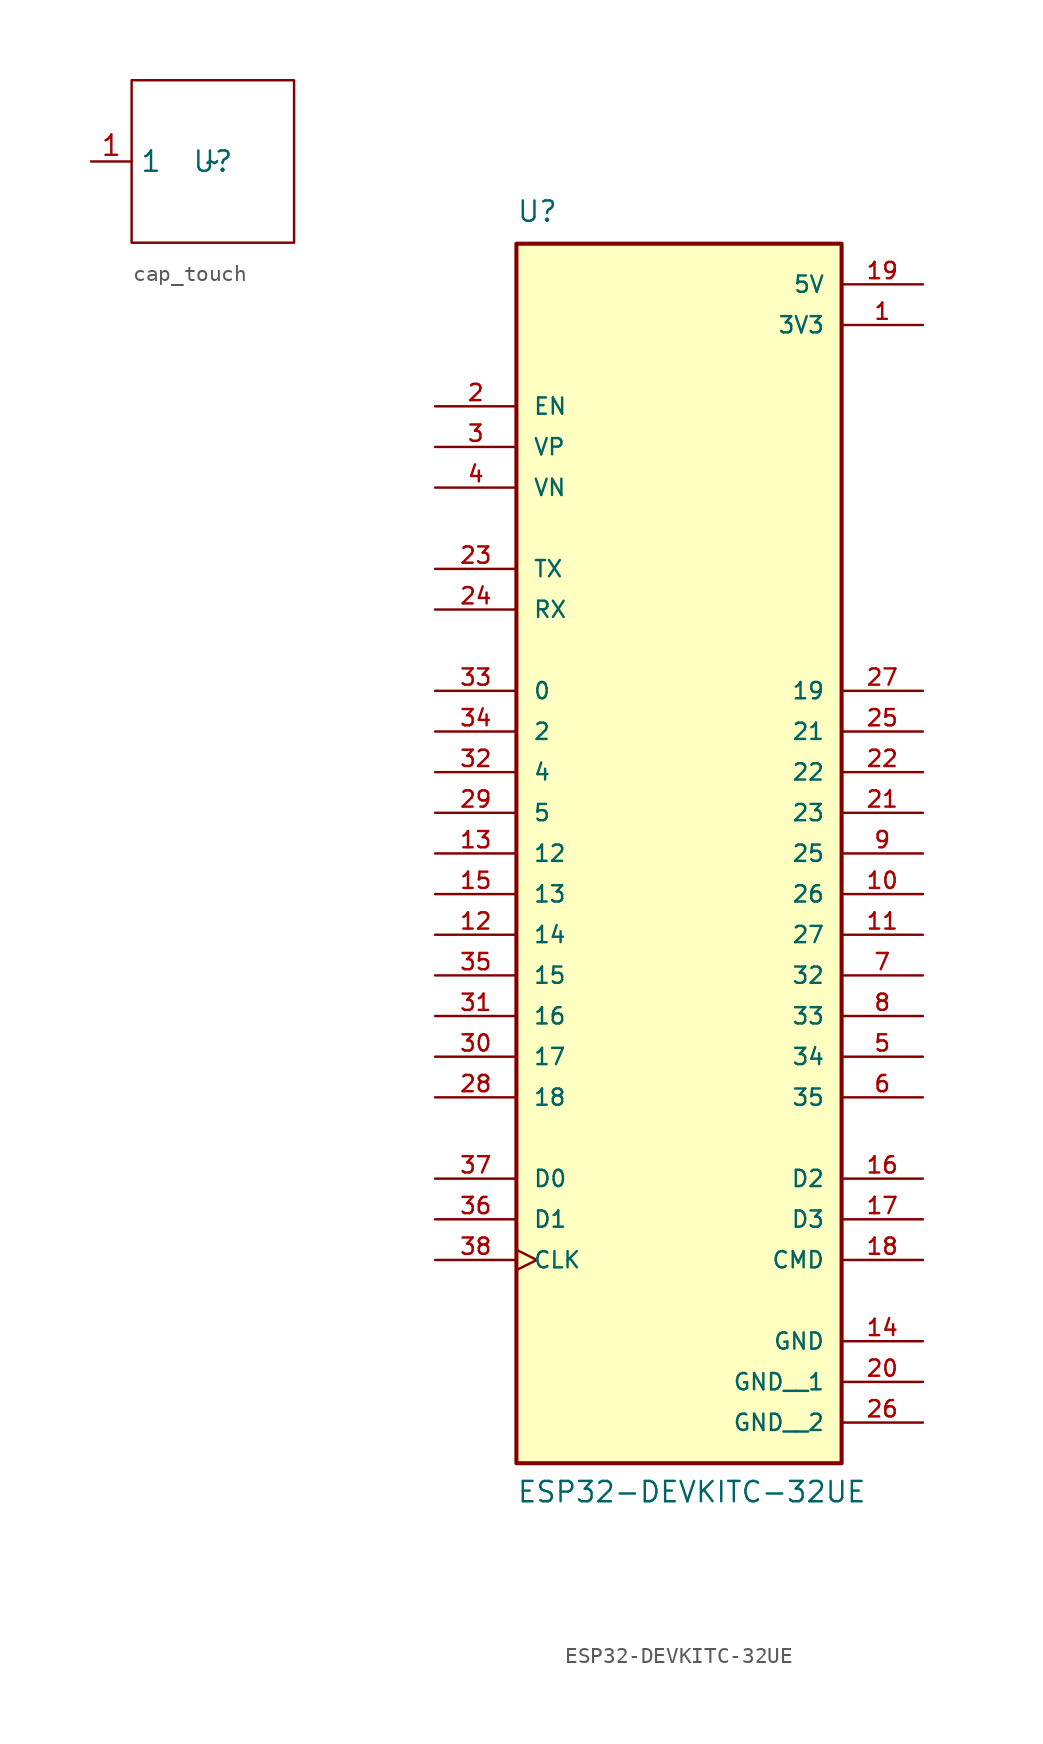
<source format=kicad_sym>
(kicad_symbol_lib
  (version 20231120)
  (generator "kicad_symbol_editor")
  (generator_version "8.0")
  (symbol "cap_touch"
    (property "Reference" "U"
      (at 0 0 0)
      (effects (font (size 1.27 1.27))))
    (property "Value" "~"
      (at 0 0 0)
      (effects (font (size 1.27 1.27))))
    (symbol "cap_touch_0_1"
      (rectangle (start -5.08 5.08) (end 5.08 -5.08) (stroke (width 0) (type default)) (fill (type none))))
    (symbol "cap_touch_1_1"
      (pin passive line (at -7.62 0 0) (length 2.54) (name "1" (effects (font (size 1.27 1.27)))) (number "1" (effects (font (size 1.27 1.27)))))))
  (symbol "ESP32-DEVKITC-32UE"
    (pin_names
      (offset 1.016))
    (property "Reference" "U"
      (at -10.16 36.83 0)
      (effects (font (size 1.27 1.27)) (justify left bottom)))
    (property "Value" "ESP32-DEVKITC-32UE"
      (at -10.16 -43.18 0)
      (effects (font (size 1.27 1.27)) (justify left bottom)))
    (symbol "ESP32-DEVKITC-32UE_0_0"
      (rectangle (start -10.16 -40.64) (end 10.16 35.56) (stroke (width 0.254) (type default)) (fill (type background)))
      (pin power_in line (at 15.24 30.48 180) (length 5.08) (name "3V3" (effects (font (size 1.016 1.016)))) (number "1" (effects (font (size 1.016 1.016)))))
      (pin bidirectional line (at 15.24 -5.08 180) (length 5.08) (name "26" (effects (font (size 1.016 1.016)))) (number "10" (effects (font (size 1.016 1.016)))))
      (pin bidirectional line (at 15.24 -7.62 180) (length 5.08) (name "27" (effects (font (size 1.016 1.016)))) (number "11" (effects (font (size 1.016 1.016)))))
      (pin bidirectional line (at -15.24 -7.62 0) (length 5.08) (name "14" (effects (font (size 1.016 1.016)))) (number "12" (effects (font (size 1.016 1.016)))))
      (pin bidirectional line (at -15.24 -2.54 0) (length 5.08) (name "12" (effects (font (size 1.016 1.016)))) (number "13" (effects (font (size 1.016 1.016)))))
      (pin power_in line (at 15.24 -33.02 180) (length 5.08) (name "GND" (effects (font (size 1.016 1.016)))) (number "14" (effects (font (size 1.016 1.016)))))
      (pin bidirectional line (at -15.24 -5.08 0) (length 5.08) (name "13" (effects (font (size 1.016 1.016)))) (number "15" (effects (font (size 1.016 1.016)))))
      (pin bidirectional line (at 15.24 -22.86 180) (length 5.08) (name "D2" (effects (font (size 1.016 1.016)))) (number "16" (effects (font (size 1.016 1.016)))))
      (pin bidirectional line (at 15.24 -25.4 180) (length 5.08) (name "D3" (effects (font (size 1.016 1.016)))) (number "17" (effects (font (size 1.016 1.016)))))
      (pin bidirectional line (at 15.24 -27.94 180) (length 5.08) (name "CMD" (effects (font (size 1.016 1.016)))) (number "18" (effects (font (size 1.016 1.016)))))
      (pin power_in line (at 15.24 33.02 180) (length 5.08) (name "5V" (effects (font (size 1.016 1.016)))) (number "19" (effects (font (size 1.016 1.016)))))
      (pin input line (at -15.24 25.4 0) (length 5.08) (name "EN" (effects (font (size 1.016 1.016)))) (number "2" (effects (font (size 1.016 1.016)))))
      (pin power_in line (at 15.24 -35.56 180) (length 5.08) (name "GND__1" (effects (font (size 1.016 1.016)))) (number "20" (effects (font (size 1.016 1.016)))))
      (pin bidirectional line (at 15.24 0 180) (length 5.08) (name "23" (effects (font (size 1.016 1.016)))) (number "21" (effects (font (size 1.016 1.016)))))
      (pin bidirectional line (at 15.24 2.54 180) (length 5.08) (name "22" (effects (font (size 1.016 1.016)))) (number "22" (effects (font (size 1.016 1.016)))))
      (pin bidirectional line (at -15.24 15.24 0) (length 5.08) (name "TX" (effects (font (size 1.016 1.016)))) (number "23" (effects (font (size 1.016 1.016)))))
      (pin bidirectional line (at -15.24 12.7 0) (length 5.08) (name "RX" (effects (font (size 1.016 1.016)))) (number "24" (effects (font (size 1.016 1.016)))))
      (pin bidirectional line (at 15.24 5.08 180) (length 5.08) (name "21" (effects (font (size 1.016 1.016)))) (number "25" (effects (font (size 1.016 1.016)))))
      (pin power_in line (at 15.24 -38.1 180) (length 5.08) (name "GND__2" (effects (font (size 1.016 1.016)))) (number "26" (effects (font (size 1.016 1.016)))))
      (pin bidirectional line (at 15.24 7.62 180) (length 5.08) (name "19" (effects (font (size 1.016 1.016)))) (number "27" (effects (font (size 1.016 1.016)))))
      (pin bidirectional line (at -15.24 -17.78 0) (length 5.08) (name "18" (effects (font (size 1.016 1.016)))) (number "28" (effects (font (size 1.016 1.016)))))
      (pin bidirectional line (at -15.24 0 0) (length 5.08) (name "5" (effects (font (size 1.016 1.016)))) (number "29" (effects (font (size 1.016 1.016)))))
      (pin input line (at -15.24 22.86 0) (length 5.08) (name "VP" (effects (font (size 1.016 1.016)))) (number "3" (effects (font (size 1.016 1.016)))))
      (pin bidirectional line (at -15.24 -15.24 0) (length 5.08) (name "17" (effects (font (size 1.016 1.016)))) (number "30" (effects (font (size 1.016 1.016)))))
      (pin bidirectional line (at -15.24 -12.7 0) (length 5.08) (name "16" (effects (font (size 1.016 1.016)))) (number "31" (effects (font (size 1.016 1.016)))))
      (pin bidirectional line (at -15.24 2.54 0) (length 5.08) (name "4" (effects (font (size 1.016 1.016)))) (number "32" (effects (font (size 1.016 1.016)))))
      (pin bidirectional line (at -15.24 7.62 0) (length 5.08) (name "0" (effects (font (size 1.016 1.016)))) (number "33" (effects (font (size 1.016 1.016)))))
      (pin bidirectional line (at -15.24 5.08 0) (length 5.08) (name "2" (effects (font (size 1.016 1.016)))) (number "34" (effects (font (size 1.016 1.016)))))
      (pin bidirectional line (at -15.24 -10.16 0) (length 5.08) (name "15" (effects (font (size 1.016 1.016)))) (number "35" (effects (font (size 1.016 1.016)))))
      (pin bidirectional line (at -15.24 -25.4 0) (length 5.08) (name "D1" (effects (font (size 1.016 1.016)))) (number "36" (effects (font (size 1.016 1.016)))))
      (pin bidirectional line (at -15.24 -22.86 0) (length 5.08) (name "D0" (effects (font (size 1.016 1.016)))) (number "37" (effects (font (size 1.016 1.016)))))
      (pin bidirectional clock (at -15.24 -27.94 0) (length 5.08) (name "CLK" (effects (font (size 1.016 1.016)))) (number "38" (effects (font (size 1.016 1.016)))))
      (pin input line (at -15.24 20.32 0) (length 5.08) (name "VN" (effects (font (size 1.016 1.016)))) (number "4" (effects (font (size 1.016 1.016)))))
      (pin bidirectional line (at 15.24 -15.24 180) (length 5.08) (name "34" (effects (font (size 1.016 1.016)))) (number "5" (effects (font (size 1.016 1.016)))))
      (pin bidirectional line (at 15.24 -17.78 180) (length 5.08) (name "35" (effects (font (size 1.016 1.016)))) (number "6" (effects (font (size 1.016 1.016)))))
      (pin bidirectional line (at 15.24 -10.16 180) (length 5.08) (name "32" (effects (font (size 1.016 1.016)))) (number "7" (effects (font (size 1.016 1.016)))))
      (pin bidirectional line (at 15.24 -12.7 180) (length 5.08) (name "33" (effects (font (size 1.016 1.016)))) (number "8" (effects (font (size 1.016 1.016)))))
      (pin bidirectional line (at 15.24 -2.54 180) (length 5.08) (name "25" (effects (font (size 1.016 1.016)))) (number "9" (effects (font (size 1.016 1.016))))))))
</source>
